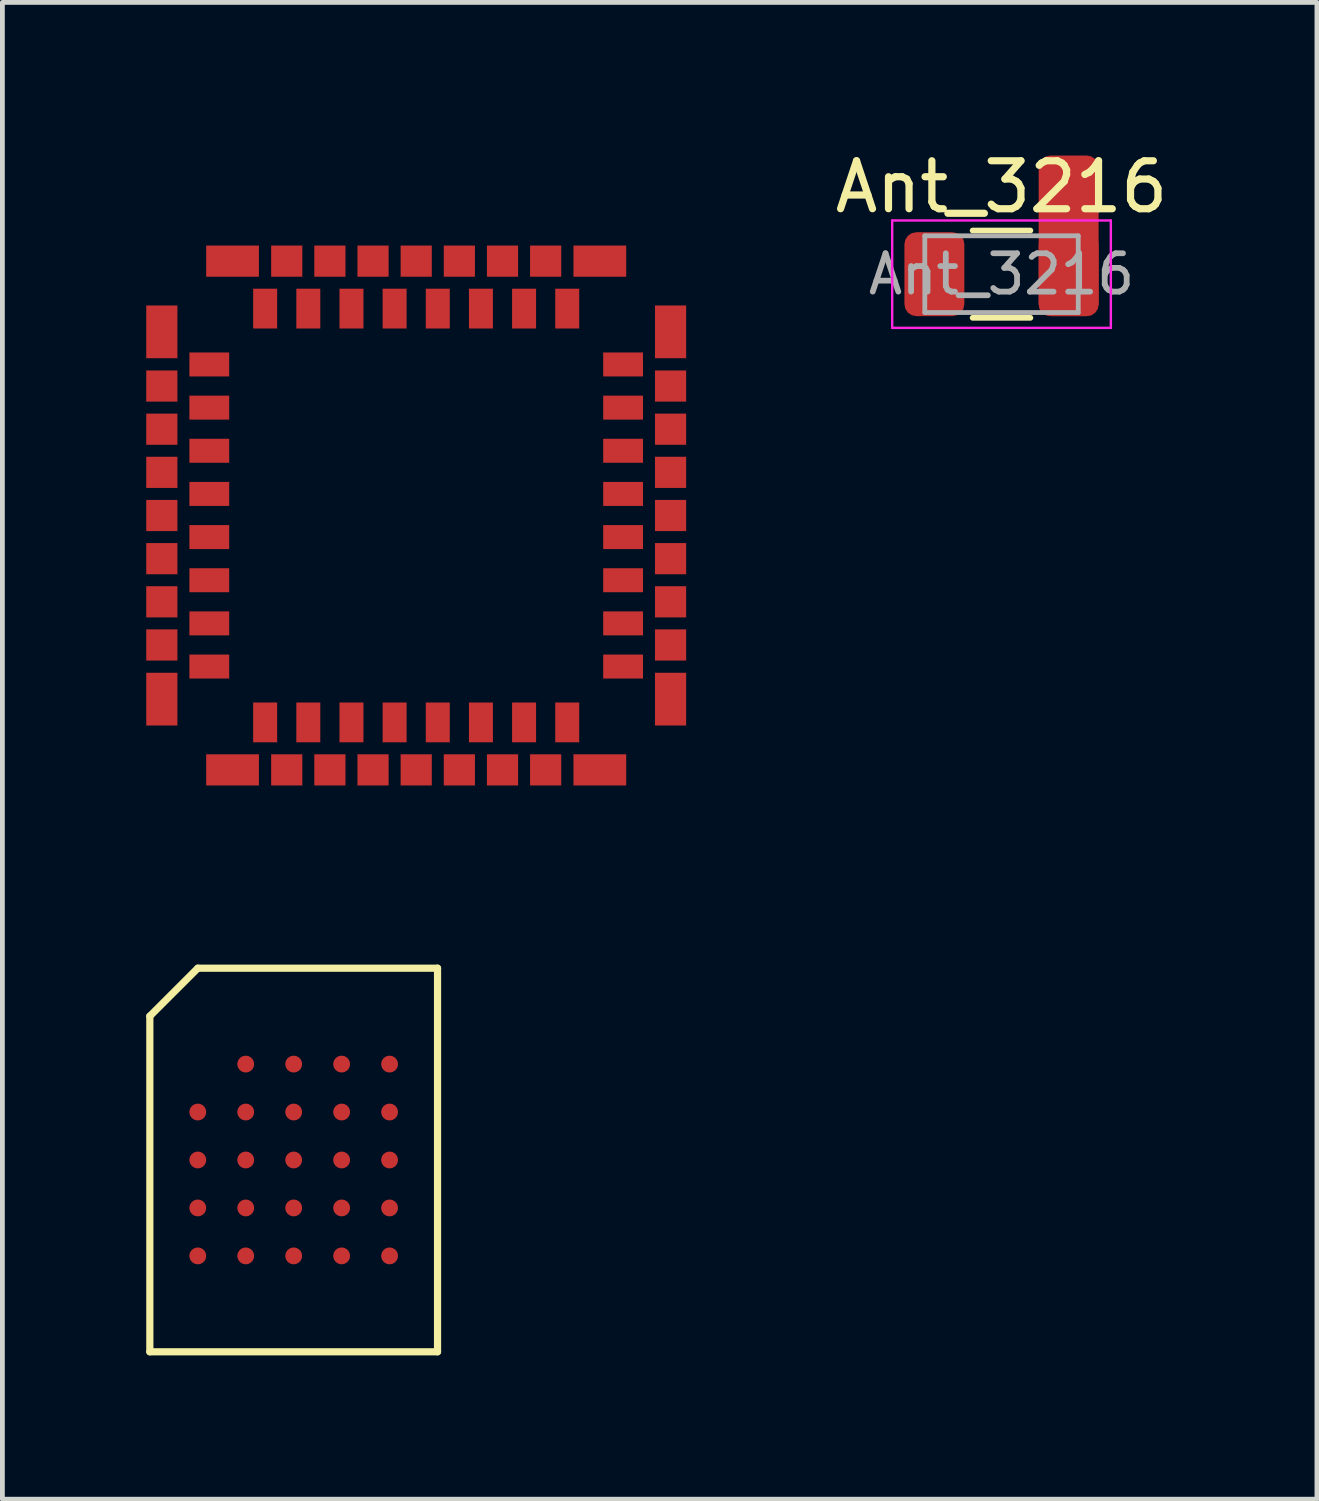
<source format=kicad_pcb>
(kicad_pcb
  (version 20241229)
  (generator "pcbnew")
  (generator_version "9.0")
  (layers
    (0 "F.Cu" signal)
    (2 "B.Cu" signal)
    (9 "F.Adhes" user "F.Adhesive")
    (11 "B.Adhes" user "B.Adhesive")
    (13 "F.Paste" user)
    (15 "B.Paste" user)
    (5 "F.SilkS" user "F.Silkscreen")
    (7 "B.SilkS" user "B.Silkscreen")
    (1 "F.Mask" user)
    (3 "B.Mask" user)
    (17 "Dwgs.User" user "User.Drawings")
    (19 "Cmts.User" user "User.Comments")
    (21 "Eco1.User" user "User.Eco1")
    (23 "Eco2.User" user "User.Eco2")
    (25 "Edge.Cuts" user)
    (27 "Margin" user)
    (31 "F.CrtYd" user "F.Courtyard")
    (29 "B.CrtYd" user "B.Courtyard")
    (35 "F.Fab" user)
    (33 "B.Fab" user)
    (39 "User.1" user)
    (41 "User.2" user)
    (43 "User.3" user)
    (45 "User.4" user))
  (footprint "1050281001"
    (layer "F.Cu")
    (at 5.63 7.701)
    (property "Reference" "1050281001" (at 0 -7.7 0) (layer "F.SilkS") (effects (font (size 0.001 0.001) (thickness 0.15))))
    (attr through_hole)
    (pad "1" smd rect (at -4.315 -3.15 90) (size 0.5 0.83) (layers "F.Cu" "F.Mask" "F.Paste"))
    (pad "2" smd rect (at -4.315 -2.25 90) (size 0.5 0.83) (layers "F.Cu" "F.Mask" "F.Paste"))
    (pad "3" smd rect (at -4.315 -1.35 90) (size 0.5 0.83) (layers "F.Cu" "F.Mask" "F.Paste"))
    (pad "4" smd rect (at -4.315 -0.45 90) (size 0.5 0.83) (layers "F.Cu" "F.Mask" "F.Paste"))
    (pad "5" smd rect (at -4.315 0.45 90) (size 0.5 0.83) (layers "F.Cu" "F.Mask" "F.Paste"))
    (pad "6" smd rect (at -4.315 1.35 90) (size 0.5 0.83) (layers "F.Cu" "F.Mask" "F.Paste"))
    (pad "7" smd rect (at -4.315 2.25 90) (size 0.5 0.83) (layers "F.Cu" "F.Mask" "F.Paste"))
    (pad "8" smd rect (at -4.315 3.15 90) (size 0.5 0.83) (layers "F.Cu" "F.Mask" "F.Paste"))
    (pad "9" smd rect (at -3.15 4.315 180) (size 0.5 0.83) (layers "F.Cu" "F.Mask" "F.Paste"))
    (pad "10" smd rect (at -2.25 4.315 180) (size 0.5 0.83) (layers "F.Cu" "F.Mask" "F.Paste"))
    (pad "11" smd rect (at -1.35 4.315 180) (size 0.5 0.83) (layers "F.Cu" "F.Mask" "F.Paste"))
    (pad "12" smd rect (at -0.45 4.315 180) (size 0.5 0.83) (layers "F.Cu" "F.Mask" "F.Paste"))
    (pad "13" smd rect (at 0.45 4.315 180) (size 0.5 0.83) (layers "F.Cu" "F.Mask" "F.Paste"))
    (pad "14" smd rect (at 1.35 4.315 180) (size 0.5 0.83) (layers "F.Cu" "F.Mask" "F.Paste"))
    (pad "15" smd rect (at 2.25 4.315 180) (size 0.5 0.83) (layers "F.Cu" "F.Mask" "F.Paste"))
    (pad "16" smd rect (at 3.15 4.315 180) (size 0.5 0.83) (layers "F.Cu" "F.Mask" "F.Paste"))
    (pad "17" smd rect (at 4.315 3.15 270) (size 0.5 0.83) (layers "F.Cu" "F.Mask" "F.Paste"))
    (pad "18" smd rect (at 4.315 2.25 270) (size 0.5 0.83) (layers "F.Cu" "F.Mask" "F.Paste"))
    (pad "19" smd rect (at 4.315 1.35 270) (size 0.5 0.83) (layers "F.Cu" "F.Mask" "F.Paste"))
    (pad "20" smd rect (at 4.315 0.45 270) (size 0.5 0.83) (layers "F.Cu" "F.Mask" "F.Paste"))
    (pad "21" smd rect (at 4.315 -0.45 270) (size 0.5 0.83) (layers "F.Cu" "F.Mask" "F.Paste"))
    (pad "22" smd rect (at 4.315 -1.35 270) (size 0.5 0.83) (layers "F.Cu" "F.Mask" "F.Paste"))
    (pad "23" smd rect (at 4.315 -2.25 270) (size 0.5 0.83) (layers "F.Cu" "F.Mask" "F.Paste"))
    (pad "24" smd rect (at 4.315 -3.15 270) (size 0.5 0.83) (layers "F.Cu" "F.Mask" "F.Paste"))
    (pad "25" smd rect (at 3.15 -4.315) (size 0.5 0.83) (layers "F.Cu" "F.Mask" "F.Paste"))
    (pad "26" smd rect (at 2.25 -4.315) (size 0.5 0.83) (layers "F.Cu" "F.Mask" "F.Paste"))
    (pad "27" smd rect (at 1.35 -4.315) (size 0.5 0.83) (layers "F.Cu" "F.Mask" "F.Paste"))
    (pad "28" smd rect (at 0.45 -4.315) (size 0.5 0.83) (layers "F.Cu" "F.Mask" "F.Paste"))
    (pad "29" smd rect (at -0.45 -4.315) (size 0.5 0.83) (layers "F.Cu" "F.Mask" "F.Paste"))
    (pad "30" smd rect (at -1.35 -4.315) (size 0.5 0.83) (layers "F.Cu" "F.Mask" "F.Paste"))
    (pad "31" smd rect (at -2.25 -4.315) (size 0.5 0.83) (layers "F.Cu" "F.Mask" "F.Paste"))
    (pad "32" smd rect (at -3.15 -4.315) (size 0.5 0.83) (layers "F.Cu" "F.Mask" "F.Paste"))
    (pad "33" smd rect (at -5.305 -3.83 90) (size 1.1 0.65) (layers "F.Cu" "F.Mask" "F.Paste"))
    (pad "33" smd rect (at -5.305 -2.7 90) (size 0.65 0.65) (layers "F.Cu" "F.Mask" "F.Paste"))
    (pad "33" smd rect (at -5.305 -1.8 90) (size 0.65 0.65) (layers "F.Cu" "F.Mask" "F.Paste"))
    (pad "33" smd rect (at -5.305 -0.9 90) (size 0.65 0.65) (layers "F.Cu" "F.Mask" "F.Paste"))
    (pad "33" smd rect (at -5.305 0 90) (size 0.65 0.65) (layers "F.Cu" "F.Mask" "F.Paste"))
    (pad "33" smd rect (at -5.305 0.9 90) (size 0.65 0.65) (layers "F.Cu" "F.Mask" "F.Paste"))
    (pad "33" smd rect (at -5.305 1.8 90) (size 0.65 0.65) (layers "F.Cu" "F.Mask" "F.Paste"))
    (pad "33" smd rect (at -5.305 2.7 90) (size 0.65 0.65) (layers "F.Cu" "F.Mask" "F.Paste"))
    (pad "33" smd rect (at -5.305 3.83 90) (size 1.1 0.65) (layers "F.Cu" "F.Mask" "F.Paste"))
    (pad "33" smd rect (at -3.83 -5.305) (size 1.1 0.65) (layers "F.Cu" "F.Mask" "F.Paste"))
    (pad "33" smd rect (at -3.83 5.305 180) (size 1.1 0.65) (layers "F.Cu" "F.Mask" "F.Paste"))
    (pad "33" smd rect (at -2.7 -5.305) (size 0.65 0.65) (layers "F.Cu" "F.Mask" "F.Paste"))
    (pad "33" smd rect (at -2.7 5.305 180) (size 0.65 0.65) (layers "F.Cu" "F.Mask" "F.Paste"))
    (pad "33" smd rect (at -1.8 -5.305) (size 0.65 0.65) (layers "F.Cu" "F.Mask" "F.Paste"))
    (pad "33" smd rect (at -1.8 5.305 180) (size 0.65 0.65) (layers "F.Cu" "F.Mask" "F.Paste"))
    (pad "33" smd rect (at -0.9 -5.305) (size 0.65 0.65) (layers "F.Cu" "F.Mask" "F.Paste"))
    (pad "33" smd rect (at -0.9 5.305 180) (size 0.65 0.65) (layers "F.Cu" "F.Mask" "F.Paste"))
    (pad "33" smd rect (at 0 -5.305) (size 0.65 0.65) (layers "F.Cu" "F.Mask" "F.Paste"))
    (pad "33" smd rect (at 0 5.305 180) (size 0.65 0.65) (layers "F.Cu" "F.Mask" "F.Paste"))
    (pad "33" smd rect (at 0.9 -5.305) (size 0.65 0.65) (layers "F.Cu" "F.Mask" "F.Paste"))
    (pad "33" smd rect (at 0.9 5.305 180) (size 0.65 0.65) (layers "F.Cu" "F.Mask" "F.Paste"))
    (pad "33" smd rect (at 1.8 -5.305) (size 0.65 0.65) (layers "F.Cu" "F.Mask" "F.Paste"))
    (pad "33" smd rect (at 1.8 5.305 180) (size 0.65 0.65) (layers "F.Cu" "F.Mask" "F.Paste"))
    (pad "33" smd rect (at 2.7 -5.305) (size 0.65 0.65) (layers "F.Cu" "F.Mask" "F.Paste"))
    (pad "33" smd rect (at 2.7 5.305 180) (size 0.65 0.65) (layers "F.Cu" "F.Mask" "F.Paste"))
    (pad "33" smd rect (at 3.83 -5.305) (size 1.1 0.65) (layers "F.Cu" "F.Mask" "F.Paste"))
    (pad "33" smd rect (at 3.83 5.305 180) (size 1.1 0.65) (layers "F.Cu" "F.Mask" "F.Paste"))
    (pad "33" smd rect (at 5.305 -3.83 270) (size 1.1 0.65) (layers "F.Cu" "F.Mask" "F.Paste"))
    (pad "33" smd rect (at 5.305 -2.7 270) (size 0.65 0.65) (layers "F.Cu" "F.Mask" "F.Paste"))
    (pad "33" smd rect (at 5.305 -1.8 270) (size 0.65 0.65) (layers "F.Cu" "F.Mask" "F.Paste"))
    (pad "33" smd rect (at 5.305 -0.9 270) (size 0.65 0.65) (layers "F.Cu" "F.Mask" "F.Paste"))
    (pad "33" smd rect (at 5.305 0 270) (size 0.65 0.65) (layers "F.Cu" "F.Mask" "F.Paste"))
    (pad "33" smd rect (at 5.305 0.9 270) (size 0.65 0.65) (layers "F.Cu" "F.Mask" "F.Paste"))
    (pad "33" smd rect (at 5.305 1.8 270) (size 0.65 0.65) (layers "F.Cu" "F.Mask" "F.Paste"))
    (pad "33" smd rect (at 5.305 2.7 270) (size 0.65 0.65) (layers "F.Cu" "F.Mask" "F.Paste"))
    (pad "33" smd rect (at 5.305 3.83 270) (size 1.1 0.65) (layers "F.Cu" "F.Mask" "F.Paste")))
  (footprint "BGA-24_8.0x6.0mm_Layout5x5_P0.8mm_Pad0.35mm_NSMD"
    (layer "F.Cu")
    (at 3.075 21.142)
    (property "Reference" "BGA-24_8.0x6.0mm_Layout5x5_P0.8mm_Pad0.35mm_NSMD" (at 0 -4.81 0) (layer "F.SilkS") (effects (font (size 0.001 0.001) (thickness 0.15))))
    (attr through_hole)
    (fp_line (start -3 -3) (end -2 -4) (stroke (width 0.15) (type solid)) (layer "F.SilkS"))
    (fp_line (start -3 4) (end -3 -3) (stroke (width 0.15) (type solid)) (layer "F.SilkS"))
    (fp_line (start -2 -4) (end 3 -4) (stroke (width 0.15) (type solid)) (layer "F.SilkS"))
    (fp_line (start 3 -4) (end 3 4) (stroke (width 0.15) (type solid)) (layer "F.SilkS"))
    (fp_line (start 3 4) (end -3 4) (stroke (width 0.15) (type solid)) (layer "F.SilkS"))
    (pad "A2" smd circle (at -1 -2) (size 0.35 0.35) (layers "F.Cu" "F.Mask" "F.Paste"))
    (pad "A3" smd circle (at 0 -2) (size 0.35 0.35) (layers "F.Cu" "F.Mask" "F.Paste"))
    (pad "A4" smd circle (at 1 -2) (size 0.35 0.35) (layers "F.Cu" "F.Mask" "F.Paste"))
    (pad "A5" smd circle (at 2 -2) (size 0.35 0.35) (layers "F.Cu" "F.Mask" "F.Paste"))
    (pad "B1" smd circle (at -2 -1) (size 0.35 0.35) (layers "F.Cu" "F.Mask" "F.Paste"))
    (pad "B2" smd circle (at -1 -1) (size 0.35 0.35) (layers "F.Cu" "F.Mask" "F.Paste"))
    (pad "B3" smd circle (at 0 -1) (size 0.35 0.35) (layers "F.Cu" "F.Mask" "F.Paste"))
    (pad "B4" smd circle (at 1 -1) (size 0.35 0.35) (layers "F.Cu" "F.Mask" "F.Paste"))
    (pad "B5" smd circle (at 2 -1) (size 0.35 0.35) (layers "F.Cu" "F.Mask" "F.Paste"))
    (pad "C1" smd circle (at -2 0) (size 0.35 0.35) (layers "F.Cu" "F.Mask" "F.Paste"))
    (pad "C2" smd circle (at -1 0) (size 0.35 0.35) (layers "F.Cu" "F.Mask" "F.Paste"))
    (pad "C3" smd circle (at 0 0) (size 0.35 0.35) (layers "F.Cu" "F.Mask" "F.Paste"))
    (pad "C4" smd circle (at 1 0) (size 0.35 0.35) (layers "F.Cu" "F.Mask" "F.Paste"))
    (pad "C5" smd circle (at 2 0) (size 0.35 0.35) (layers "F.Cu" "F.Mask" "F.Paste"))
    (pad "D1" smd circle (at -2 1) (size 0.35 0.35) (layers "F.Cu" "F.Mask" "F.Paste"))
    (pad "D2" smd circle (at -1 1) (size 0.35 0.35) (layers "F.Cu" "F.Mask" "F.Paste"))
    (pad "D3" smd circle (at 0 1) (size 0.35 0.35) (layers "F.Cu" "F.Mask" "F.Paste"))
    (pad "D4" smd circle (at 1 1) (size 0.35 0.35) (layers "F.Cu" "F.Mask" "F.Paste"))
    (pad "D5" smd circle (at 2 1) (size 0.35 0.35) (layers "F.Cu" "F.Mask" "F.Paste"))
    (pad "E1" smd circle (at -2 2) (size 0.35 0.35) (layers "F.Cu" "F.Mask" "F.Paste"))
    (pad "E2" smd circle (at -1 2) (size 0.35 0.35) (layers "F.Cu" "F.Mask" "F.Paste"))
    (pad "E3" smd circle (at 0 2) (size 0.35 0.35) (layers "F.Cu" "F.Mask" "F.Paste"))
    (pad "E4" smd circle (at 1 2) (size 0.35 0.35) (layers "F.Cu" "F.Mask" "F.Paste"))
    (pad "E5" smd circle (at 2 2) (size 0.35 0.35) (layers "F.Cu" "F.Mask" "F.Paste")))
  (footprint "Ant_3216"
    (layer "F.Cu")
    (at 17.837 2.668)
    (property "Reference" "Ant_3216" (at 0 -1.82 0) (layer "F.SilkS") (effects (font (size 1 1) (thickness 0.15))))
    (attr smd)
    (fp_line (start -0.602 -0.91) (end 0.602 -0.91) (stroke (width 0.12) (type solid)) (layer "F.SilkS"))
    (fp_line (start -0.602 0.91) (end 0.602 0.91) (stroke (width 0.12) (type solid)) (layer "F.SilkS"))
    (fp_line (start -2.28 -1.12) (end 2.28 -1.12) (stroke (width 0.05) (type solid)) (layer "F.CrtYd"))
    (fp_line (start -2.28 1.12) (end -2.28 -1.12) (stroke (width 0.05) (type solid)) (layer "F.CrtYd"))
    (fp_line (start 2.28 -1.12) (end 2.28 1.12) (stroke (width 0.05) (type solid)) (layer "F.CrtYd"))
    (fp_line (start 2.28 1.12) (end -2.28 1.12) (stroke (width 0.05) (type solid)) (layer "F.CrtYd"))
    (fp_line (start -1.6 -0.8) (end 1.6 -0.8) (stroke (width 0.1) (type solid)) (layer "F.Fab"))
    (fp_line (start -1.6 0.8) (end -1.6 -0.8) (stroke (width 0.1) (type solid)) (layer "F.Fab"))
    (fp_line (start 1.6 -0.8) (end 1.6 0.8) (stroke (width 0.1) (type solid)) (layer "F.Fab"))
    (fp_line (start 1.6 0.8) (end -1.6 0.8) (stroke (width 0.1) (type solid)) (layer "F.Fab"))
    (fp_text user "${REFERENCE}" (at 0 0 0) (layer "F.Fab") (effects (font (size 0.8 0.8) (thickness 0.12))))
    (pad "1" smd roundrect (at -1.4 0) (size 1.25 1.75) (layers "F.Cu" "F.Mask" "F.Paste") (roundrect_rratio 0.2))
    (pad "2" smd roundrect (at 1.4 -0.8) (size 1.25 3.35) (layers "F.Cu") (roundrect_rratio 0.2))
    (pad "2" smd roundrect (at 1.4 0) (size 1.25 1.75) (layers "F.Cu" "F.Mask" "F.Paste") (roundrect_rratio 0.2)))
  (gr_rect
    (start -3 -3)
    (end 24.415 28.217)
    (stroke (width 0.1) (type default))
    (fill no)
    (layer "Edge.Cuts")))
</source>
